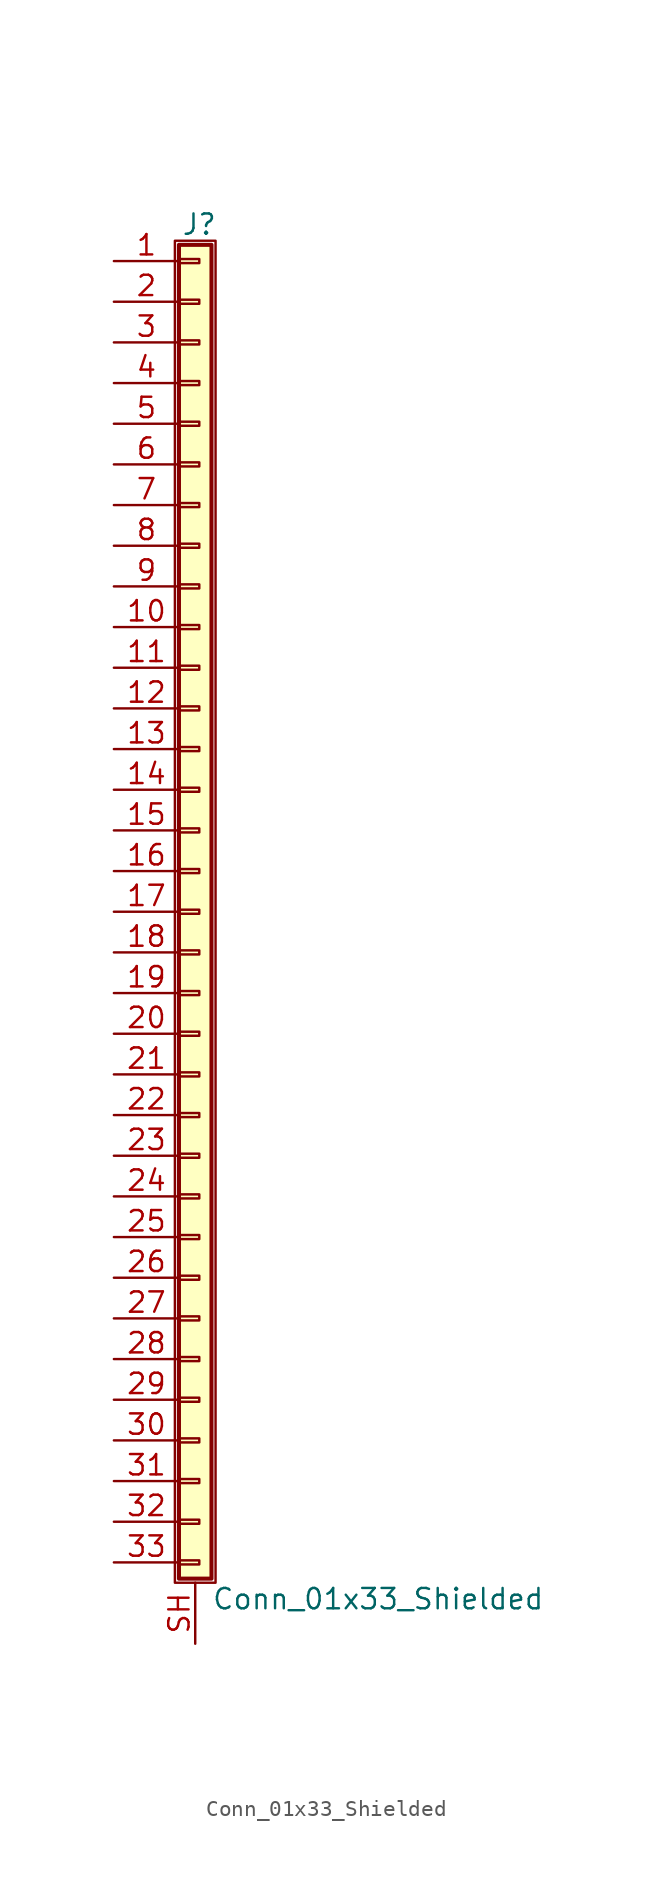
<source format=kicad_sym>
(kicad_symbol_lib
  (version 20220914)
  (generator kicad_symbol_editor)
  (symbol "Conn_01x33_Shielded"
    (pin_names
      (offset 1.016) hide)
    (property "Reference" "J"
      (at 0.254 42.926 0)
      (effects (font (size 1.27 1.27))))
    (property "Value" "Conn_01x33_Shielded"
      (at 1.016 -42.926 0)
      (effects (font (size 1.27 1.27)) (justify left)))
    (symbol "Conn_01x33_Shielded_1_1"
      (rectangle (start -1.27 41.91) (end 1.27 -41.91) (stroke (width 0.152) (type default)) (fill (type none)))
      (rectangle (start -1.016 -40.513) (end 0.254 -40.767) (stroke (width 0.152) (type default)) (fill (type none)))
      (rectangle (start -1.016 -37.973) (end 0.254 -38.227) (stroke (width 0.152) (type default)) (fill (type none)))
      (rectangle (start -1.016 -35.433) (end 0.254 -35.687) (stroke (width 0.152) (type default)) (fill (type none)))
      (rectangle (start -1.016 -32.893) (end 0.254 -33.147) (stroke (width 0.152) (type default)) (fill (type none)))
      (rectangle (start -1.016 -30.353) (end 0.254 -30.607) (stroke (width 0.152) (type default)) (fill (type none)))
      (rectangle (start -1.016 -27.813) (end 0.254 -28.067) (stroke (width 0.152) (type default)) (fill (type none)))
      (rectangle (start -1.016 -25.273) (end 0.254 -25.527) (stroke (width 0.152) (type default)) (fill (type none)))
      (rectangle (start -1.016 -22.733) (end 0.254 -22.987) (stroke (width 0.152) (type default)) (fill (type none)))
      (rectangle (start -1.016 -20.193) (end 0.254 -20.447) (stroke (width 0.152) (type default)) (fill (type none)))
      (rectangle (start -1.016 -17.653) (end 0.254 -17.907) (stroke (width 0.152) (type default)) (fill (type none)))
      (rectangle (start -1.016 -15.113) (end 0.254 -15.367) (stroke (width 0.152) (type default)) (fill (type none)))
      (rectangle (start -1.016 -12.573) (end 0.254 -12.827) (stroke (width 0.152) (type default)) (fill (type none)))
      (rectangle (start -1.016 -10.033) (end 0.254 -10.287) (stroke (width 0.152) (type default)) (fill (type none)))
      (rectangle (start -1.016 -7.493) (end 0.254 -7.747) (stroke (width 0.152) (type default)) (fill (type none)))
      (rectangle (start -1.016 -4.953) (end 0.254 -5.207) (stroke (width 0.152) (type default)) (fill (type none)))
      (rectangle (start -1.016 -2.413) (end 0.254 -2.667) (stroke (width 0.152) (type default)) (fill (type none)))
      (rectangle (start -1.016 0.127) (end 0.254 -0.127) (stroke (width 0.152) (type default)) (fill (type none)))
      (rectangle (start -1.016 2.667) (end 0.254 2.413) (stroke (width 0.152) (type default)) (fill (type none)))
      (rectangle (start -1.016 5.207) (end 0.254 4.953) (stroke (width 0.152) (type default)) (fill (type none)))
      (rectangle (start -1.016 7.747) (end 0.254 7.493) (stroke (width 0.152) (type default)) (fill (type none)))
      (rectangle (start -1.016 10.287) (end 0.254 10.033) (stroke (width 0.152) (type default)) (fill (type none)))
      (rectangle (start -1.016 12.827) (end 0.254 12.573) (stroke (width 0.152) (type default)) (fill (type none)))
      (rectangle (start -1.016 15.367) (end 0.254 15.113) (stroke (width 0.152) (type default)) (fill (type none)))
      (rectangle (start -1.016 17.907) (end 0.254 17.653) (stroke (width 0.152) (type default)) (fill (type none)))
      (rectangle (start -1.016 20.447) (end 0.254 20.193) (stroke (width 0.152) (type default)) (fill (type none)))
      (rectangle (start -1.016 22.987) (end 0.254 22.733) (stroke (width 0.152) (type default)) (fill (type none)))
      (rectangle (start -1.016 25.527) (end 0.254 25.273) (stroke (width 0.152) (type default)) (fill (type none)))
      (rectangle (start -1.016 28.067) (end 0.254 27.813) (stroke (width 0.152) (type default)) (fill (type none)))
      (rectangle (start -1.016 30.607) (end 0.254 30.353) (stroke (width 0.152) (type default)) (fill (type none)))
      (rectangle (start -1.016 33.147) (end 0.254 32.893) (stroke (width 0.152) (type default)) (fill (type none)))
      (rectangle (start -1.016 35.687) (end 0.254 35.433) (stroke (width 0.152) (type default)) (fill (type none)))
      (rectangle (start -1.016 38.227) (end 0.254 37.973) (stroke (width 0.152) (type default)) (fill (type none)))
      (rectangle (start -1.016 40.767) (end 0.254 40.513) (stroke (width 0.152) (type default)) (fill (type none)))
      (rectangle (start -1.016 41.656) (end 1.016 -41.656) (stroke (width 0.254) (type default)) (fill (type background)))
      (pin passive line (at -5.08 40.64 0) (length 4.064) (name "Pin_1" (effects (font (size 1.27 1.27)))) (number "1" (effects (font (size 1.27 1.27)))))
      (pin passive line (at -5.08 17.78 0) (length 4.064) (name "Pin_10" (effects (font (size 1.27 1.27)))) (number "10" (effects (font (size 1.27 1.27)))))
      (pin passive line (at -5.08 15.24 0) (length 4.064) (name "Pin_11" (effects (font (size 1.27 1.27)))) (number "11" (effects (font (size 1.27 1.27)))))
      (pin passive line (at -5.08 12.7 0) (length 4.064) (name "Pin_12" (effects (font (size 1.27 1.27)))) (number "12" (effects (font (size 1.27 1.27)))))
      (pin passive line (at -5.08 10.16 0) (length 4.064) (name "Pin_13" (effects (font (size 1.27 1.27)))) (number "13" (effects (font (size 1.27 1.27)))))
      (pin passive line (at -5.08 7.62 0) (length 4.064) (name "Pin_14" (effects (font (size 1.27 1.27)))) (number "14" (effects (font (size 1.27 1.27)))))
      (pin passive line (at -5.08 5.08 0) (length 4.064) (name "Pin_15" (effects (font (size 1.27 1.27)))) (number "15" (effects (font (size 1.27 1.27)))))
      (pin passive line (at -5.08 2.54 0) (length 4.064) (name "Pin_16" (effects (font (size 1.27 1.27)))) (number "16" (effects (font (size 1.27 1.27)))))
      (pin passive line (at -5.08 0 0) (length 4.064) (name "Pin_17" (effects (font (size 1.27 1.27)))) (number "17" (effects (font (size 1.27 1.27)))))
      (pin passive line (at -5.08 -2.54 0) (length 4.064) (name "Pin_18" (effects (font (size 1.27 1.27)))) (number "18" (effects (font (size 1.27 1.27)))))
      (pin passive line (at -5.08 -5.08 0) (length 4.064) (name "Pin_19" (effects (font (size 1.27 1.27)))) (number "19" (effects (font (size 1.27 1.27)))))
      (pin passive line (at -5.08 38.1 0) (length 4.064) (name "Pin_2" (effects (font (size 1.27 1.27)))) (number "2" (effects (font (size 1.27 1.27)))))
      (pin passive line (at -5.08 -7.62 0) (length 4.064) (name "Pin_20" (effects (font (size 1.27 1.27)))) (number "20" (effects (font (size 1.27 1.27)))))
      (pin passive line (at -5.08 -10.16 0) (length 4.064) (name "Pin_21" (effects (font (size 1.27 1.27)))) (number "21" (effects (font (size 1.27 1.27)))))
      (pin passive line (at -5.08 -12.7 0) (length 4.064) (name "Pin_22" (effects (font (size 1.27 1.27)))) (number "22" (effects (font (size 1.27 1.27)))))
      (pin passive line (at -5.08 -15.24 0) (length 4.064) (name "Pin_23" (effects (font (size 1.27 1.27)))) (number "23" (effects (font (size 1.27 1.27)))))
      (pin passive line (at -5.08 -17.78 0) (length 4.064) (name "Pin_24" (effects (font (size 1.27 1.27)))) (number "24" (effects (font (size 1.27 1.27)))))
      (pin passive line (at -5.08 -20.32 0) (length 4.064) (name "Pin_25" (effects (font (size 1.27 1.27)))) (number "25" (effects (font (size 1.27 1.27)))))
      (pin passive line (at -5.08 -22.86 0) (length 4.064) (name "Pin_26" (effects (font (size 1.27 1.27)))) (number "26" (effects (font (size 1.27 1.27)))))
      (pin passive line (at -5.08 -25.4 0) (length 4.064) (name "Pin_27" (effects (font (size 1.27 1.27)))) (number "27" (effects (font (size 1.27 1.27)))))
      (pin passive line (at -5.08 -27.94 0) (length 4.064) (name "Pin_28" (effects (font (size 1.27 1.27)))) (number "28" (effects (font (size 1.27 1.27)))))
      (pin passive line (at -5.08 -30.48 0) (length 4.064) (name "Pin_29" (effects (font (size 1.27 1.27)))) (number "29" (effects (font (size 1.27 1.27)))))
      (pin passive line (at -5.08 35.56 0) (length 4.064) (name "Pin_3" (effects (font (size 1.27 1.27)))) (number "3" (effects (font (size 1.27 1.27)))))
      (pin passive line (at -5.08 -33.02 0) (length 4.064) (name "Pin_30" (effects (font (size 1.27 1.27)))) (number "30" (effects (font (size 1.27 1.27)))))
      (pin passive line (at -5.08 -35.56 0) (length 4.064) (name "Pin_31" (effects (font (size 1.27 1.27)))) (number "31" (effects (font (size 1.27 1.27)))))
      (pin passive line (at -5.08 -38.1 0) (length 4.064) (name "Pin_32" (effects (font (size 1.27 1.27)))) (number "32" (effects (font (size 1.27 1.27)))))
      (pin passive line (at -5.08 -40.64 0) (length 4.064) (name "Pin_33" (effects (font (size 1.27 1.27)))) (number "33" (effects (font (size 1.27 1.27)))))
      (pin passive line (at -5.08 33.02 0) (length 4.064) (name "Pin_4" (effects (font (size 1.27 1.27)))) (number "4" (effects (font (size 1.27 1.27)))))
      (pin passive line (at -5.08 30.48 0) (length 4.064) (name "Pin_5" (effects (font (size 1.27 1.27)))) (number "5" (effects (font (size 1.27 1.27)))))
      (pin passive line (at -5.08 27.94 0) (length 4.064) (name "Pin_6" (effects (font (size 1.27 1.27)))) (number "6" (effects (font (size 1.27 1.27)))))
      (pin passive line (at -5.08 25.4 0) (length 4.064) (name "Pin_7" (effects (font (size 1.27 1.27)))) (number "7" (effects (font (size 1.27 1.27)))))
      (pin passive line (at -5.08 22.86 0) (length 4.064) (name "Pin_8" (effects (font (size 1.27 1.27)))) (number "8" (effects (font (size 1.27 1.27)))))
      (pin passive line (at -5.08 20.32 0) (length 4.064) (name "Pin_9" (effects (font (size 1.27 1.27)))) (number "9" (effects (font (size 1.27 1.27)))))
      (pin passive line (at 0 -45.72 90) (length 3.81) (name "Shield" (effects (font (size 1.27 1.27)))) (number "SH" (effects (font (size 1.27 1.27))))))))
</source>
